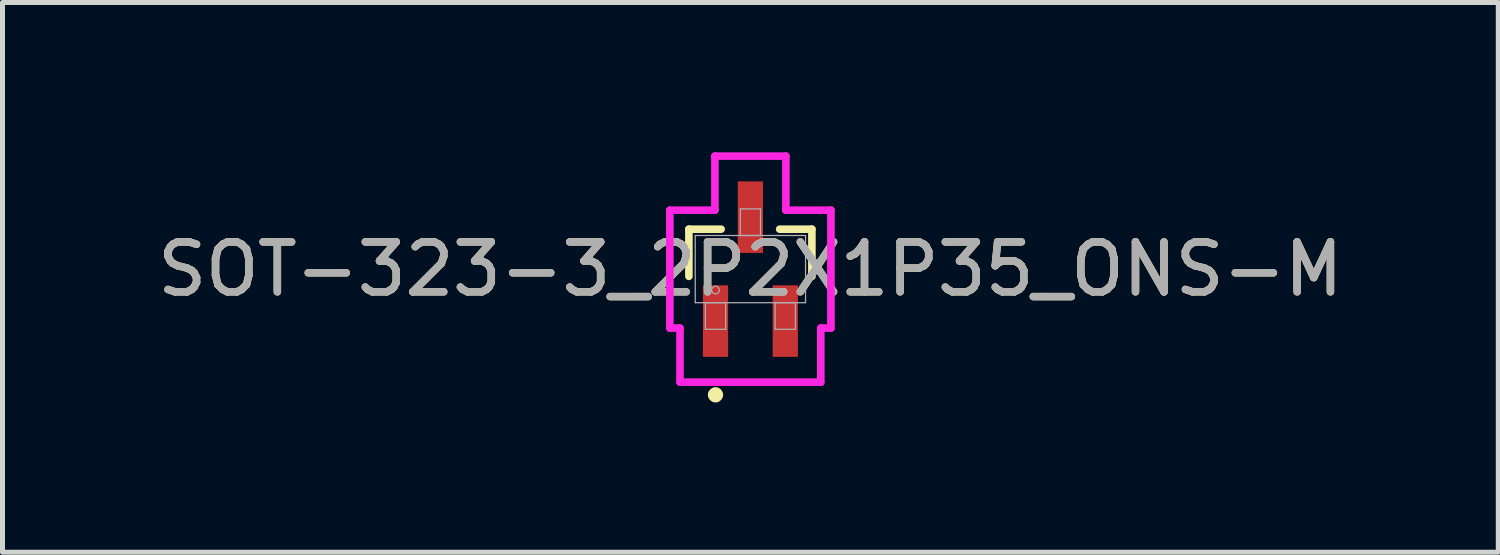
<source format=kicad_pcb>
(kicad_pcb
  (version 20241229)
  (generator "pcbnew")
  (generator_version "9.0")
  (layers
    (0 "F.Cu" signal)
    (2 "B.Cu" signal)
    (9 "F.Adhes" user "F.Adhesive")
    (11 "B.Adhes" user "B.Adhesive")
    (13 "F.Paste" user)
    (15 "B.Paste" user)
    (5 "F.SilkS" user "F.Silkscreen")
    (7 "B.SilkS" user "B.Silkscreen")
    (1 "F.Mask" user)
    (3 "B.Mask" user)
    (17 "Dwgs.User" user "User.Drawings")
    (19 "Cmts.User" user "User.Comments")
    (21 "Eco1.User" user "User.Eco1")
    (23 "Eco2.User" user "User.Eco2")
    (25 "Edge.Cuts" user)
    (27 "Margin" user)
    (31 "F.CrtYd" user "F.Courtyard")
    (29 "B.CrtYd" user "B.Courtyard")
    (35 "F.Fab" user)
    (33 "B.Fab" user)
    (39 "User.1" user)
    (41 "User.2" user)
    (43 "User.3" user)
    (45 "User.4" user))
  (footprint "SOT-323-3_2P2X1P35_ONS-M"
    (layer "F.Cu")
    (at 11.982 2.341)
    (property "Reference" "SOT-323-3_2P2X1P35_ONS-M" (at 0 0 0) (unlocked yes) (layer "F.SilkS") (effects (font (size 1 1) (thickness 0.15))))
    (attr smd)
    (fp_line (start -1.232 -0.8) (end -1.232 0.145) (stroke (width 0.152) (type solid)) (layer "F.SilkS"))
    (fp_line (start -0.586 -0.8) (end -1.232 -0.8) (stroke (width 0.152) (type solid)) (layer "F.SilkS"))
    (fp_line (start 1.232 -0.8) (end 0.586 -0.8) (stroke (width 0.152) (type solid)) (layer "F.SilkS"))
    (fp_line (start 1.232 0.145) (end 1.232 -0.8) (stroke (width 0.152) (type solid)) (layer "F.SilkS"))
    (fp_circle (center -0.699 2.518) (end -0.622 2.518) (stroke (width 0.152) (type solid)) (fill no) (layer "F.SilkS"))
    (fp_line (start -1.613 -1.181) (end -0.711 -1.181) (stroke (width 0.152) (type solid)) (layer "F.CrtYd"))
    (fp_line (start -1.613 1.181) (end -1.613 -1.181) (stroke (width 0.152) (type solid)) (layer "F.CrtYd"))
    (fp_line (start -1.613 1.181) (end -1.41 1.181) (stroke (width 0.152) (type solid)) (layer "F.CrtYd"))
    (fp_line (start -1.41 1.181) (end -1.41 2.264) (stroke (width 0.152) (type solid)) (layer "F.CrtYd"))
    (fp_line (start -1.41 2.264) (end 1.41 2.264) (stroke (width 0.152) (type solid)) (layer "F.CrtYd"))
    (fp_line (start -0.711 -2.264) (end 0.711 -2.264) (stroke (width 0.152) (type solid)) (layer "F.CrtYd"))
    (fp_line (start -0.711 -1.181) (end -0.711 -2.264) (stroke (width 0.152) (type solid)) (layer "F.CrtYd"))
    (fp_line (start 0.711 -1.181) (end 0.711 -2.264) (stroke (width 0.152) (type solid)) (layer "F.CrtYd"))
    (fp_line (start 1.41 1.181) (end 1.41 2.264) (stroke (width 0.152) (type solid)) (layer "F.CrtYd"))
    (fp_line (start 1.613 -1.181) (end 0.711 -1.181) (stroke (width 0.152) (type solid)) (layer "F.CrtYd"))
    (fp_line (start 1.613 -1.181) (end 1.613 1.181) (stroke (width 0.152) (type solid)) (layer "F.CrtYd"))
    (fp_line (start 1.613 1.181) (end 1.41 1.181) (stroke (width 0.152) (type solid)) (layer "F.CrtYd"))
    (fp_line (start -1.105 -0.673) (end -1.105 0.673) (stroke (width 0.025) (type solid)) (layer "F.Fab"))
    (fp_line (start -1.105 0.673) (end 1.105 0.673) (stroke (width 0.025) (type solid)) (layer "F.Fab"))
    (fp_line (start -0.902 0.673) (end -0.902 1.206) (stroke (width 0.025) (type solid)) (layer "F.Fab"))
    (fp_line (start -0.902 1.206) (end -0.495 1.206) (stroke (width 0.025) (type solid)) (layer "F.Fab"))
    (fp_line (start -0.495 0.673) (end -0.902 0.673) (stroke (width 0.025) (type solid)) (layer "F.Fab"))
    (fp_line (start -0.495 1.206) (end -0.495 0.673) (stroke (width 0.025) (type solid)) (layer "F.Fab"))
    (fp_line (start -0.203 -1.206) (end -0.203 -0.673) (stroke (width 0.025) (type solid)) (layer "F.Fab"))
    (fp_line (start -0.203 -0.673) (end 0.203 -0.673) (stroke (width 0.025) (type solid)) (layer "F.Fab"))
    (fp_line (start 0.203 -1.206) (end -0.203 -1.206) (stroke (width 0.025) (type solid)) (layer "F.Fab"))
    (fp_line (start 0.203 -0.673) (end 0.203 -1.206) (stroke (width 0.025) (type solid)) (layer "F.Fab"))
    (fp_line (start 0.495 0.673) (end 0.495 1.206) (stroke (width 0.025) (type solid)) (layer "F.Fab"))
    (fp_line (start 0.495 1.206) (end 0.902 1.206) (stroke (width 0.025) (type solid)) (layer "F.Fab"))
    (fp_line (start 0.902 0.673) (end 0.495 0.673) (stroke (width 0.025) (type solid)) (layer "F.Fab"))
    (fp_line (start 0.902 1.206) (end 0.902 0.673) (stroke (width 0.025) (type solid)) (layer "F.Fab"))
    (fp_line (start 1.105 -0.673) (end -1.105 -0.673) (stroke (width 0.025) (type solid)) (layer "F.Fab"))
    (fp_line (start 1.105 0.673) (end 1.105 -0.673) (stroke (width 0.025) (type solid)) (layer "F.Fab"))
    (fp_circle (center -0.699 0.419) (end -0.622 0.419) (stroke (width 0.025) (type solid)) (fill no) (layer "F.Fab"))
    (fp_text user "${REFERENCE}" (at 0 0 0) (unlocked yes) (layer "F.Fab") (effects (font (size 1 1) (thickness 0.15))))
    (pad "1" smd rect (at -0.699 1.041) (size 0.506 1.432) (layers "F.Cu" "F.Mask" "F.Paste"))
    (pad "2" smd rect (at 0.699 1.041) (size 0.506 1.432) (layers "F.Cu" "F.Mask" "F.Paste"))
    (pad "3" smd rect (at 0 -1.041) (size 0.506 1.432) (layers "F.Cu" "F.Mask" "F.Paste")))
  (gr_rect
    (start -3 -3)
    (end 26.964 8.012)
    (stroke (width 0.1) (type default))
    (fill no)
    (layer "Edge.Cuts")))
</source>
